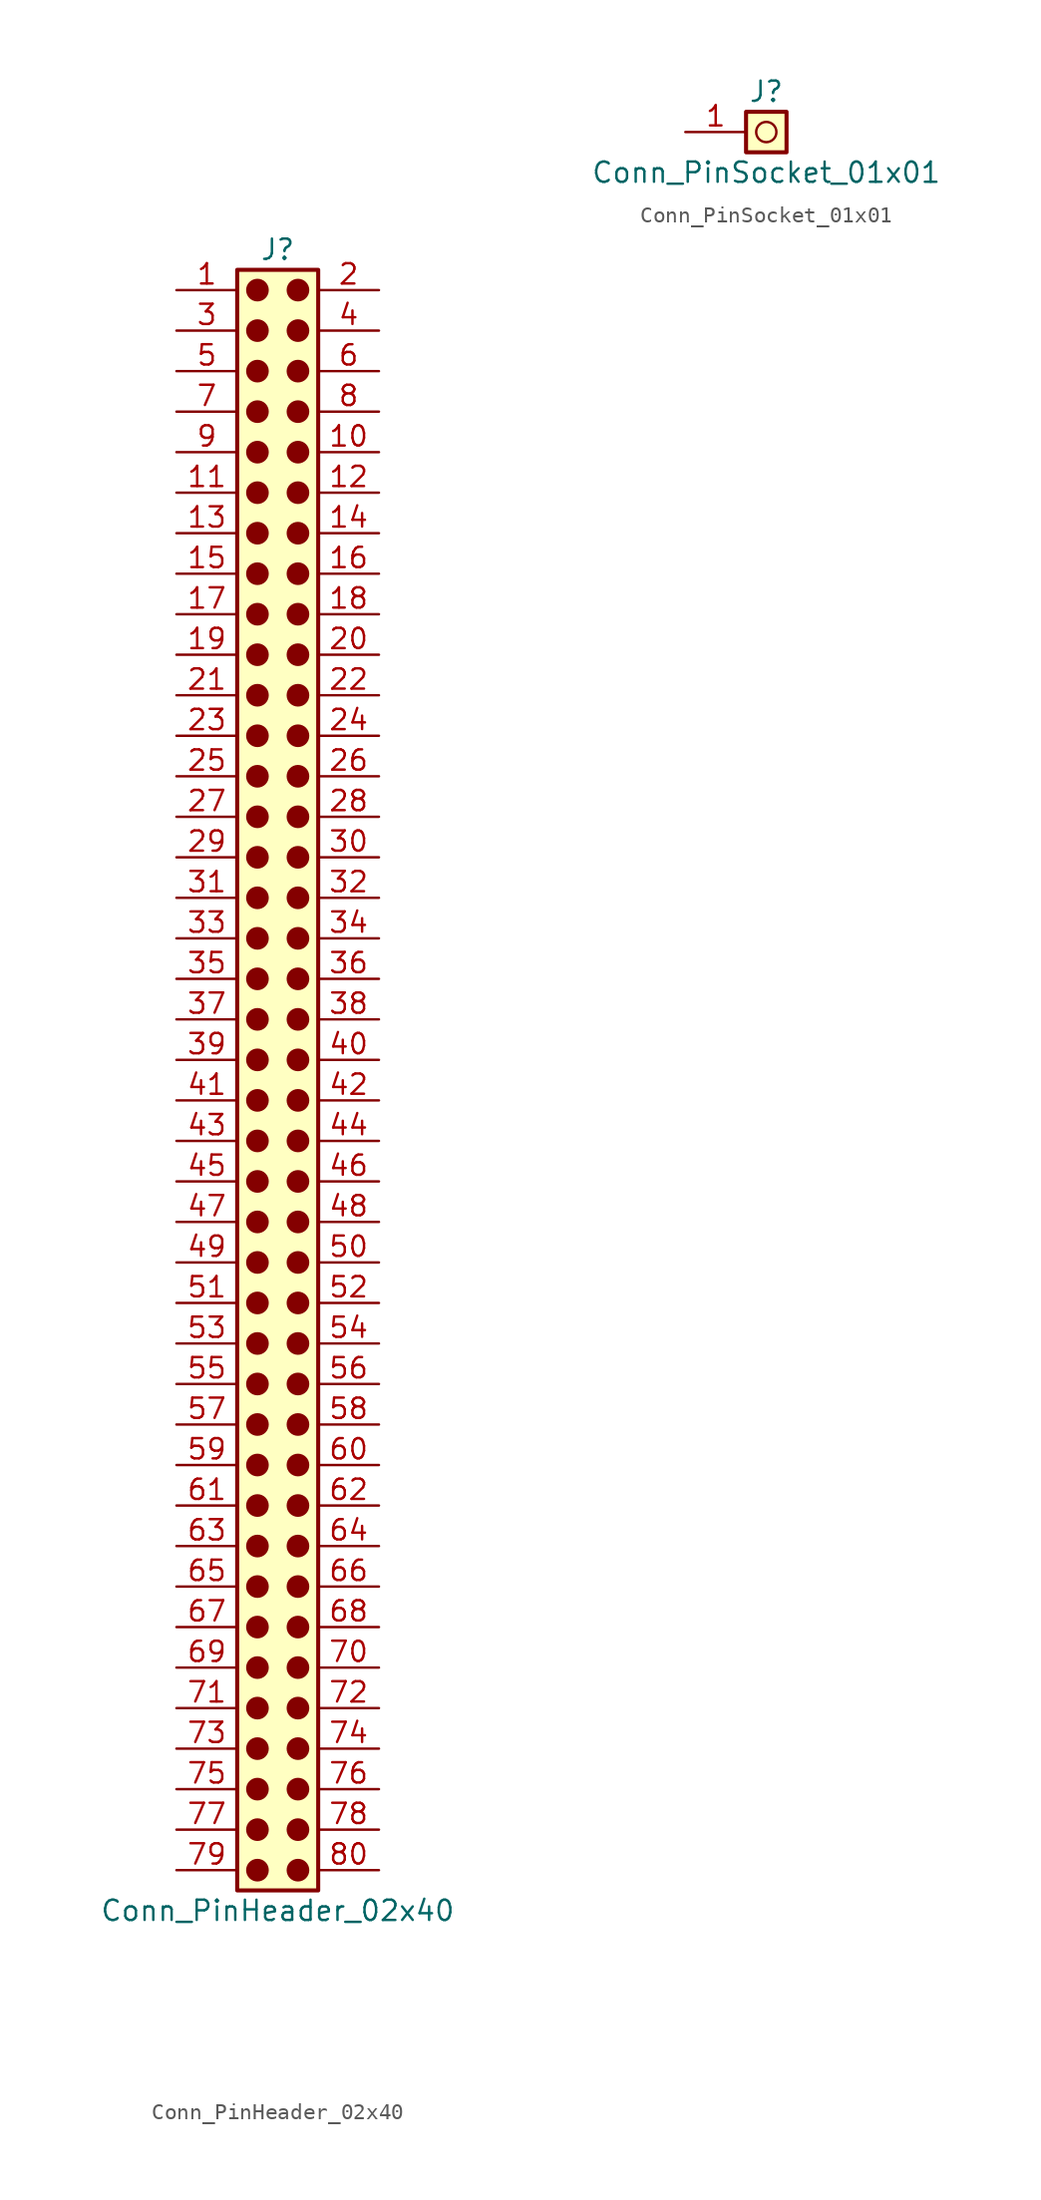
<source format=kicad_sym>
(kicad_symbol_lib
  (version 20241209)
  (generator "kicad_symbol_editor")
  (generator_version "9.0")
  (symbol "Conn_PinHeader_02x40"
    (pin_names
      (offset 1.016)
      (hide yes))
    (property "Reference" "J"
      (at 1.27 50.8 0)
      (effects (font (size 1.27 1.27))))
    (property "Value" "Conn_PinHeader_02x40"
      (at 1.27 -53.34 0)
      (effects (font (size 1.27 1.27))))
    (symbol "Conn_PinHeader_02x40_1_1"
      (rectangle (start -1.27 49.53) (end 3.81 -52.07) (stroke (width 0.254) (type default)) (fill (type background)))
      (circle (center 0 48.26) (radius 0.635) (stroke (width 0) (type solid) (color 132 0 0 1)) (fill (type outline)))
      (circle (center 0 45.72) (radius 0.635) (stroke (width 0) (type solid) (color 132 0 0 1)) (fill (type outline)))
      (circle (center 0 43.18) (radius 0.635) (stroke (width 0) (type solid) (color 132 0 0 1)) (fill (type outline)))
      (circle (center 0 40.64) (radius 0.635) (stroke (width 0) (type solid) (color 132 0 0 1)) (fill (type outline)))
      (circle (center 0 38.1) (radius 0.635) (stroke (width 0) (type solid) (color 132 0 0 1)) (fill (type outline)))
      (circle (center 0 35.56) (radius 0.635) (stroke (width 0) (type solid) (color 132 0 0 1)) (fill (type outline)))
      (circle (center 0 33.02) (radius 0.635) (stroke (width 0) (type solid) (color 132 0 0 1)) (fill (type outline)))
      (circle (center 0 30.48) (radius 0.635) (stroke (width 0) (type solid) (color 132 0 0 1)) (fill (type outline)))
      (circle (center 0 27.94) (radius 0.635) (stroke (width 0) (type solid) (color 132 0 0 1)) (fill (type outline)))
      (circle (center 0 25.4) (radius 0.635) (stroke (width 0) (type solid) (color 132 0 0 1)) (fill (type outline)))
      (circle (center 0 22.86) (radius 0.635) (stroke (width 0) (type solid) (color 132 0 0 1)) (fill (type outline)))
      (circle (center 0 20.32) (radius 0.635) (stroke (width 0) (type solid) (color 132 0 0 1)) (fill (type outline)))
      (circle (center 0 17.78) (radius 0.635) (stroke (width 0) (type solid) (color 132 0 0 1)) (fill (type outline)))
      (circle (center 0 15.24) (radius 0.635) (stroke (width 0) (type solid) (color 132 0 0 1)) (fill (type outline)))
      (circle (center 0 12.7) (radius 0.635) (stroke (width 0) (type solid) (color 132 0 0 1)) (fill (type outline)))
      (circle (center 0 10.16) (radius 0.635) (stroke (width 0) (type solid) (color 132 0 0 1)) (fill (type outline)))
      (circle (center 0 7.62) (radius 0.635) (stroke (width 0) (type solid) (color 132 0 0 1)) (fill (type outline)))
      (circle (center 0 5.08) (radius 0.635) (stroke (width 0) (type solid) (color 132 0 0 1)) (fill (type outline)))
      (circle (center 0 2.54) (radius 0.635) (stroke (width 0) (type solid) (color 132 0 0 1)) (fill (type outline)))
      (circle (center 0 0) (radius 0.635) (stroke (width 0) (type solid) (color 132 0 0 1)) (fill (type outline)))
      (circle (center 0 -2.54) (radius 0.635) (stroke (width 0) (type solid) (color 132 0 0 1)) (fill (type outline)))
      (circle (center 0 -5.08) (radius 0.635) (stroke (width 0) (type solid) (color 132 0 0 1)) (fill (type outline)))
      (circle (center 0 -7.62) (radius 0.635) (stroke (width 0) (type solid) (color 132 0 0 1)) (fill (type outline)))
      (circle (center 0 -10.16) (radius 0.635) (stroke (width 0) (type solid) (color 132 0 0 1)) (fill (type outline)))
      (circle (center 0 -12.7) (radius 0.635) (stroke (width 0) (type solid) (color 132 0 0 1)) (fill (type outline)))
      (circle (center 0 -15.24) (radius 0.635) (stroke (width 0) (type solid) (color 132 0 0 1)) (fill (type outline)))
      (circle (center 0 -17.78) (radius 0.635) (stroke (width 0) (type solid) (color 132 0 0 1)) (fill (type outline)))
      (circle (center 0 -20.32) (radius 0.635) (stroke (width 0) (type solid) (color 132 0 0 1)) (fill (type outline)))
      (circle (center 0 -22.86) (radius 0.635) (stroke (width 0) (type solid) (color 132 0 0 1)) (fill (type outline)))
      (circle (center 0 -25.4) (radius 0.635) (stroke (width 0) (type solid) (color 132 0 0 1)) (fill (type outline)))
      (circle (center 0 -27.94) (radius 0.635) (stroke (width 0) (type solid) (color 132 0 0 1)) (fill (type outline)))
      (circle (center 0 -30.48) (radius 0.635) (stroke (width 0) (type solid) (color 132 0 0 1)) (fill (type outline)))
      (circle (center 0 -33.02) (radius 0.635) (stroke (width 0) (type solid) (color 132 0 0 1)) (fill (type outline)))
      (circle (center 0 -35.56) (radius 0.635) (stroke (width 0) (type solid) (color 132 0 0 1)) (fill (type outline)))
      (circle (center 0 -38.1) (radius 0.635) (stroke (width 0) (type solid) (color 132 0 0 1)) (fill (type outline)))
      (circle (center 0 -40.64) (radius 0.635) (stroke (width 0) (type solid) (color 132 0 0 1)) (fill (type outline)))
      (circle (center 0 -43.18) (radius 0.635) (stroke (width 0) (type solid) (color 132 0 0 1)) (fill (type outline)))
      (circle (center 0 -45.72) (radius 0.635) (stroke (width 0) (type solid) (color 132 0 0 1)) (fill (type outline)))
      (circle (center 0 -48.26) (radius 0.635) (stroke (width 0) (type solid) (color 132 0 0 1)) (fill (type outline)))
      (circle (center 0 -50.8) (radius 0.635) (stroke (width 0) (type solid) (color 132 0 0 1)) (fill (type outline)))
      (circle (center 2.54 48.26) (radius 0.635) (stroke (width 0) (type solid) (color 132 0 0 1)) (fill (type outline)))
      (circle (center 2.54 45.72) (radius 0.635) (stroke (width 0) (type solid) (color 132 0 0 1)) (fill (type outline)))
      (circle (center 2.54 43.18) (radius 0.635) (stroke (width 0) (type solid) (color 132 0 0 1)) (fill (type outline)))
      (circle (center 2.54 40.64) (radius 0.635) (stroke (width 0) (type solid) (color 132 0 0 1)) (fill (type outline)))
      (circle (center 2.54 38.1) (radius 0.635) (stroke (width 0) (type solid) (color 132 0 0 1)) (fill (type outline)))
      (circle (center 2.54 35.56) (radius 0.635) (stroke (width 0) (type solid) (color 132 0 0 1)) (fill (type outline)))
      (circle (center 2.54 33.02) (radius 0.635) (stroke (width 0) (type solid) (color 132 0 0 1)) (fill (type outline)))
      (circle (center 2.54 30.48) (radius 0.635) (stroke (width 0) (type solid) (color 132 0 0 1)) (fill (type outline)))
      (circle (center 2.54 27.94) (radius 0.635) (stroke (width 0) (type solid) (color 132 0 0 1)) (fill (type outline)))
      (circle (center 2.54 25.4) (radius 0.635) (stroke (width 0) (type solid) (color 132 0 0 1)) (fill (type outline)))
      (circle (center 2.54 22.86) (radius 0.635) (stroke (width 0) (type solid) (color 132 0 0 1)) (fill (type outline)))
      (circle (center 2.54 20.32) (radius 0.635) (stroke (width 0) (type solid) (color 132 0 0 1)) (fill (type outline)))
      (circle (center 2.54 17.78) (radius 0.635) (stroke (width 0) (type solid) (color 132 0 0 1)) (fill (type outline)))
      (circle (center 2.54 15.24) (radius 0.635) (stroke (width 0) (type solid) (color 132 0 0 1)) (fill (type outline)))
      (circle (center 2.54 12.7) (radius 0.635) (stroke (width 0) (type solid) (color 132 0 0 1)) (fill (type outline)))
      (circle (center 2.54 10.16) (radius 0.635) (stroke (width 0) (type solid) (color 132 0 0 1)) (fill (type outline)))
      (circle (center 2.54 7.62) (radius 0.635) (stroke (width 0) (type solid) (color 132 0 0 1)) (fill (type outline)))
      (circle (center 2.54 5.08) (radius 0.635) (stroke (width 0) (type solid) (color 132 0 0 1)) (fill (type outline)))
      (circle (center 2.54 2.54) (radius 0.635) (stroke (width 0) (type solid) (color 132 0 0 1)) (fill (type outline)))
      (circle (center 2.54 0) (radius 0.635) (stroke (width 0) (type solid) (color 132 0 0 1)) (fill (type outline)))
      (circle (center 2.54 -2.54) (radius 0.635) (stroke (width 0) (type solid) (color 132 0 0 1)) (fill (type outline)))
      (circle (center 2.54 -5.08) (radius 0.635) (stroke (width 0) (type solid) (color 132 0 0 1)) (fill (type outline)))
      (circle (center 2.54 -7.62) (radius 0.635) (stroke (width 0) (type solid) (color 132 0 0 1)) (fill (type outline)))
      (circle (center 2.54 -10.16) (radius 0.635) (stroke (width 0) (type solid) (color 132 0 0 1)) (fill (type outline)))
      (circle (center 2.54 -12.7) (radius 0.635) (stroke (width 0) (type solid) (color 132 0 0 1)) (fill (type outline)))
      (circle (center 2.54 -15.24) (radius 0.635) (stroke (width 0) (type solid) (color 132 0 0 1)) (fill (type outline)))
      (circle (center 2.54 -17.78) (radius 0.635) (stroke (width 0) (type solid) (color 132 0 0 1)) (fill (type outline)))
      (circle (center 2.54 -20.32) (radius 0.635) (stroke (width 0) (type solid) (color 132 0 0 1)) (fill (type outline)))
      (circle (center 2.54 -22.86) (radius 0.635) (stroke (width 0) (type solid) (color 132 0 0 1)) (fill (type outline)))
      (circle (center 2.54 -25.4) (radius 0.635) (stroke (width 0) (type solid) (color 132 0 0 1)) (fill (type outline)))
      (circle (center 2.54 -27.94) (radius 0.635) (stroke (width 0) (type solid) (color 132 0 0 1)) (fill (type outline)))
      (circle (center 2.54 -30.48) (radius 0.635) (stroke (width 0) (type solid) (color 132 0 0 1)) (fill (type outline)))
      (circle (center 2.54 -33.02) (radius 0.635) (stroke (width 0) (type solid) (color 132 0 0 1)) (fill (type outline)))
      (circle (center 2.54 -35.56) (radius 0.635) (stroke (width 0) (type solid) (color 132 0 0 1)) (fill (type outline)))
      (circle (center 2.54 -38.1) (radius 0.635) (stroke (width 0) (type solid) (color 132 0 0 1)) (fill (type outline)))
      (circle (center 2.54 -40.64) (radius 0.635) (stroke (width 0) (type solid) (color 132 0 0 1)) (fill (type outline)))
      (circle (center 2.54 -43.18) (radius 0.635) (stroke (width 0) (type solid) (color 132 0 0 1)) (fill (type outline)))
      (circle (center 2.54 -45.72) (radius 0.635) (stroke (width 0) (type solid) (color 132 0 0 1)) (fill (type outline)))
      (circle (center 2.54 -48.26) (radius 0.635) (stroke (width 0) (type solid) (color 132 0 0 1)) (fill (type outline)))
      (circle (center 2.54 -50.8) (radius 0.635) (stroke (width 0) (type solid) (color 132 0 0 1)) (fill (type outline)))
      (pin passive line (at -5.08 48.26 0) (length 3.81) (name "Pin_1" (effects (font (size 1.27 1.27)))) (number "1" (effects (font (size 1.27 1.27)))))
      (pin passive line (at -5.08 45.72 0) (length 3.81) (name "Pin_3" (effects (font (size 1.27 1.27)))) (number "3" (effects (font (size 1.27 1.27)))))
      (pin passive line (at -5.08 43.18 0) (length 3.81) (name "Pin_5" (effects (font (size 1.27 1.27)))) (number "5" (effects (font (size 1.27 1.27)))))
      (pin passive line (at -5.08 40.64 0) (length 3.81) (name "Pin_7" (effects (font (size 1.27 1.27)))) (number "7" (effects (font (size 1.27 1.27)))))
      (pin passive line (at -5.08 38.1 0) (length 3.81) (name "Pin_9" (effects (font (size 1.27 1.27)))) (number "9" (effects (font (size 1.27 1.27)))))
      (pin passive line (at -5.08 35.56 0) (length 3.81) (name "Pin_11" (effects (font (size 1.27 1.27)))) (number "11" (effects (font (size 1.27 1.27)))))
      (pin passive line (at -5.08 33.02 0) (length 3.81) (name "Pin_13" (effects (font (size 1.27 1.27)))) (number "13" (effects (font (size 1.27 1.27)))))
      (pin passive line (at -5.08 30.48 0) (length 3.81) (name "Pin_15" (effects (font (size 1.27 1.27)))) (number "15" (effects (font (size 1.27 1.27)))))
      (pin passive line (at -5.08 27.94 0) (length 3.81) (name "Pin_17" (effects (font (size 1.27 1.27)))) (number "17" (effects (font (size 1.27 1.27)))))
      (pin passive line (at -5.08 25.4 0) (length 3.81) (name "Pin_19" (effects (font (size 1.27 1.27)))) (number "19" (effects (font (size 1.27 1.27)))))
      (pin passive line (at -5.08 22.86 0) (length 3.81) (name "Pin_21" (effects (font (size 1.27 1.27)))) (number "21" (effects (font (size 1.27 1.27)))))
      (pin passive line (at -5.08 20.32 0) (length 3.81) (name "Pin_23" (effects (font (size 1.27 1.27)))) (number "23" (effects (font (size 1.27 1.27)))))
      (pin passive line (at -5.08 17.78 0) (length 3.81) (name "Pin_25" (effects (font (size 1.27 1.27)))) (number "25" (effects (font (size 1.27 1.27)))))
      (pin passive line (at -5.08 15.24 0) (length 3.81) (name "Pin_27" (effects (font (size 1.27 1.27)))) (number "27" (effects (font (size 1.27 1.27)))))
      (pin passive line (at -5.08 12.7 0) (length 3.81) (name "Pin_29" (effects (font (size 1.27 1.27)))) (number "29" (effects (font (size 1.27 1.27)))))
      (pin passive line (at -5.08 10.16 0) (length 3.81) (name "Pin_31" (effects (font (size 1.27 1.27)))) (number "31" (effects (font (size 1.27 1.27)))))
      (pin passive line (at -5.08 7.62 0) (length 3.81) (name "Pin_33" (effects (font (size 1.27 1.27)))) (number "33" (effects (font (size 1.27 1.27)))))
      (pin passive line (at -5.08 5.08 0) (length 3.81) (name "Pin_35" (effects (font (size 1.27 1.27)))) (number "35" (effects (font (size 1.27 1.27)))))
      (pin passive line (at -5.08 2.54 0) (length 3.81) (name "Pin_37" (effects (font (size 1.27 1.27)))) (number "37" (effects (font (size 1.27 1.27)))))
      (pin passive line (at -5.08 0 0) (length 3.81) (name "Pin_39" (effects (font (size 1.27 1.27)))) (number "39" (effects (font (size 1.27 1.27)))))
      (pin passive line (at -5.08 -2.54 0) (length 3.81) (name "Pin_41" (effects (font (size 1.27 1.27)))) (number "41" (effects (font (size 1.27 1.27)))))
      (pin passive line (at -5.08 -5.08 0) (length 3.81) (name "Pin_43" (effects (font (size 1.27 1.27)))) (number "43" (effects (font (size 1.27 1.27)))))
      (pin passive line (at -5.08 -7.62 0) (length 3.81) (name "Pin_45" (effects (font (size 1.27 1.27)))) (number "45" (effects (font (size 1.27 1.27)))))
      (pin passive line (at -5.08 -10.16 0) (length 3.81) (name "Pin_47" (effects (font (size 1.27 1.27)))) (number "47" (effects (font (size 1.27 1.27)))))
      (pin passive line (at -5.08 -12.7 0) (length 3.81) (name "Pin_49" (effects (font (size 1.27 1.27)))) (number "49" (effects (font (size 1.27 1.27)))))
      (pin passive line (at -5.08 -15.24 0) (length 3.81) (name "Pin_51" (effects (font (size 1.27 1.27)))) (number "51" (effects (font (size 1.27 1.27)))))
      (pin passive line (at -5.08 -17.78 0) (length 3.81) (name "Pin_53" (effects (font (size 1.27 1.27)))) (number "53" (effects (font (size 1.27 1.27)))))
      (pin passive line (at -5.08 -20.32 0) (length 3.81) (name "Pin_55" (effects (font (size 1.27 1.27)))) (number "55" (effects (font (size 1.27 1.27)))))
      (pin passive line (at -5.08 -22.86 0) (length 3.81) (name "Pin_57" (effects (font (size 1.27 1.27)))) (number "57" (effects (font (size 1.27 1.27)))))
      (pin passive line (at -5.08 -25.4 0) (length 3.81) (name "Pin_59" (effects (font (size 1.27 1.27)))) (number "59" (effects (font (size 1.27 1.27)))))
      (pin passive line (at -5.08 -27.94 0) (length 3.81) (name "Pin_61" (effects (font (size 1.27 1.27)))) (number "61" (effects (font (size 1.27 1.27)))))
      (pin passive line (at -5.08 -30.48 0) (length 3.81) (name "Pin_63" (effects (font (size 1.27 1.27)))) (number "63" (effects (font (size 1.27 1.27)))))
      (pin passive line (at -5.08 -33.02 0) (length 3.81) (name "Pin_65" (effects (font (size 1.27 1.27)))) (number "65" (effects (font (size 1.27 1.27)))))
      (pin passive line (at -5.08 -35.56 0) (length 3.81) (name "Pin_67" (effects (font (size 1.27 1.27)))) (number "67" (effects (font (size 1.27 1.27)))))
      (pin passive line (at -5.08 -38.1 0) (length 3.81) (name "Pin_69" (effects (font (size 1.27 1.27)))) (number "69" (effects (font (size 1.27 1.27)))))
      (pin passive line (at -5.08 -40.64 0) (length 3.81) (name "Pin_71" (effects (font (size 1.27 1.27)))) (number "71" (effects (font (size 1.27 1.27)))))
      (pin passive line (at -5.08 -43.18 0) (length 3.81) (name "Pin_73" (effects (font (size 1.27 1.27)))) (number "73" (effects (font (size 1.27 1.27)))))
      (pin passive line (at -5.08 -45.72 0) (length 3.81) (name "Pin_75" (effects (font (size 1.27 1.27)))) (number "75" (effects (font (size 1.27 1.27)))))
      (pin passive line (at -5.08 -48.26 0) (length 3.81) (name "Pin_77" (effects (font (size 1.27 1.27)))) (number "77" (effects (font (size 1.27 1.27)))))
      (pin passive line (at -5.08 -50.8 0) (length 3.81) (name "Pin_79" (effects (font (size 1.27 1.27)))) (number "79" (effects (font (size 1.27 1.27)))))
      (pin passive line (at 7.62 48.26 180) (length 3.81) (name "Pin_2" (effects (font (size 1.27 1.27)))) (number "2" (effects (font (size 1.27 1.27)))))
      (pin passive line (at 7.62 45.72 180) (length 3.81) (name "Pin_4" (effects (font (size 1.27 1.27)))) (number "4" (effects (font (size 1.27 1.27)))))
      (pin passive line (at 7.62 43.18 180) (length 3.81) (name "Pin_6" (effects (font (size 1.27 1.27)))) (number "6" (effects (font (size 1.27 1.27)))))
      (pin passive line (at 7.62 40.64 180) (length 3.81) (name "Pin_8" (effects (font (size 1.27 1.27)))) (number "8" (effects (font (size 1.27 1.27)))))
      (pin passive line (at 7.62 38.1 180) (length 3.81) (name "Pin_10" (effects (font (size 1.27 1.27)))) (number "10" (effects (font (size 1.27 1.27)))))
      (pin passive line (at 7.62 35.56 180) (length 3.81) (name "Pin_12" (effects (font (size 1.27 1.27)))) (number "12" (effects (font (size 1.27 1.27)))))
      (pin passive line (at 7.62 33.02 180) (length 3.81) (name "Pin_14" (effects (font (size 1.27 1.27)))) (number "14" (effects (font (size 1.27 1.27)))))
      (pin passive line (at 7.62 30.48 180) (length 3.81) (name "Pin_16" (effects (font (size 1.27 1.27)))) (number "16" (effects (font (size 1.27 1.27)))))
      (pin passive line (at 7.62 27.94 180) (length 3.81) (name "Pin_18" (effects (font (size 1.27 1.27)))) (number "18" (effects (font (size 1.27 1.27)))))
      (pin passive line (at 7.62 25.4 180) (length 3.81) (name "Pin_20" (effects (font (size 1.27 1.27)))) (number "20" (effects (font (size 1.27 1.27)))))
      (pin passive line (at 7.62 22.86 180) (length 3.81) (name "Pin_22" (effects (font (size 1.27 1.27)))) (number "22" (effects (font (size 1.27 1.27)))))
      (pin passive line (at 7.62 20.32 180) (length 3.81) (name "Pin_24" (effects (font (size 1.27 1.27)))) (number "24" (effects (font (size 1.27 1.27)))))
      (pin passive line (at 7.62 17.78 180) (length 3.81) (name "Pin_26" (effects (font (size 1.27 1.27)))) (number "26" (effects (font (size 1.27 1.27)))))
      (pin passive line (at 7.62 15.24 180) (length 3.81) (name "Pin_28" (effects (font (size 1.27 1.27)))) (number "28" (effects (font (size 1.27 1.27)))))
      (pin passive line (at 7.62 12.7 180) (length 3.81) (name "Pin_30" (effects (font (size 1.27 1.27)))) (number "30" (effects (font (size 1.27 1.27)))))
      (pin passive line (at 7.62 10.16 180) (length 3.81) (name "Pin_32" (effects (font (size 1.27 1.27)))) (number "32" (effects (font (size 1.27 1.27)))))
      (pin passive line (at 7.62 7.62 180) (length 3.81) (name "Pin_34" (effects (font (size 1.27 1.27)))) (number "34" (effects (font (size 1.27 1.27)))))
      (pin passive line (at 7.62 5.08 180) (length 3.81) (name "Pin_36" (effects (font (size 1.27 1.27)))) (number "36" (effects (font (size 1.27 1.27)))))
      (pin passive line (at 7.62 2.54 180) (length 3.81) (name "Pin_38" (effects (font (size 1.27 1.27)))) (number "38" (effects (font (size 1.27 1.27)))))
      (pin passive line (at 7.62 0 180) (length 3.81) (name "Pin_40" (effects (font (size 1.27 1.27)))) (number "40" (effects (font (size 1.27 1.27)))))
      (pin passive line (at 7.62 -2.54 180) (length 3.81) (name "Pin_42" (effects (font (size 1.27 1.27)))) (number "42" (effects (font (size 1.27 1.27)))))
      (pin passive line (at 7.62 -5.08 180) (length 3.81) (name "Pin_44" (effects (font (size 1.27 1.27)))) (number "44" (effects (font (size 1.27 1.27)))))
      (pin passive line (at 7.62 -7.62 180) (length 3.81) (name "Pin_46" (effects (font (size 1.27 1.27)))) (number "46" (effects (font (size 1.27 1.27)))))
      (pin passive line (at 7.62 -10.16 180) (length 3.81) (name "Pin_48" (effects (font (size 1.27 1.27)))) (number "48" (effects (font (size 1.27 1.27)))))
      (pin passive line (at 7.62 -12.7 180) (length 3.81) (name "Pin_50" (effects (font (size 1.27 1.27)))) (number "50" (effects (font (size 1.27 1.27)))))
      (pin passive line (at 7.62 -15.24 180) (length 3.81) (name "Pin_52" (effects (font (size 1.27 1.27)))) (number "52" (effects (font (size 1.27 1.27)))))
      (pin passive line (at 7.62 -17.78 180) (length 3.81) (name "Pin_54" (effects (font (size 1.27 1.27)))) (number "54" (effects (font (size 1.27 1.27)))))
      (pin passive line (at 7.62 -20.32 180) (length 3.81) (name "Pin_56" (effects (font (size 1.27 1.27)))) (number "56" (effects (font (size 1.27 1.27)))))
      (pin passive line (at 7.62 -22.86 180) (length 3.81) (name "Pin_58" (effects (font (size 1.27 1.27)))) (number "58" (effects (font (size 1.27 1.27)))))
      (pin passive line (at 7.62 -25.4 180) (length 3.81) (name "Pin_60" (effects (font (size 1.27 1.27)))) (number "60" (effects (font (size 1.27 1.27)))))
      (pin passive line (at 7.62 -27.94 180) (length 3.81) (name "Pin_62" (effects (font (size 1.27 1.27)))) (number "62" (effects (font (size 1.27 1.27)))))
      (pin passive line (at 7.62 -30.48 180) (length 3.81) (name "Pin_64" (effects (font (size 1.27 1.27)))) (number "64" (effects (font (size 1.27 1.27)))))
      (pin passive line (at 7.62 -33.02 180) (length 3.81) (name "Pin_66" (effects (font (size 1.27 1.27)))) (number "66" (effects (font (size 1.27 1.27)))))
      (pin passive line (at 7.62 -35.56 180) (length 3.81) (name "Pin_68" (effects (font (size 1.27 1.27)))) (number "68" (effects (font (size 1.27 1.27)))))
      (pin passive line (at 7.62 -38.1 180) (length 3.81) (name "Pin_70" (effects (font (size 1.27 1.27)))) (number "70" (effects (font (size 1.27 1.27)))))
      (pin passive line (at 7.62 -40.64 180) (length 3.81) (name "Pin_72" (effects (font (size 1.27 1.27)))) (number "72" (effects (font (size 1.27 1.27)))))
      (pin passive line (at 7.62 -43.18 180) (length 3.81) (name "Pin_74" (effects (font (size 1.27 1.27)))) (number "74" (effects (font (size 1.27 1.27)))))
      (pin passive line (at 7.62 -45.72 180) (length 3.81) (name "Pin_76" (effects (font (size 1.27 1.27)))) (number "76" (effects (font (size 1.27 1.27)))))
      (pin passive line (at 7.62 -48.26 180) (length 3.81) (name "Pin_78" (effects (font (size 1.27 1.27)))) (number "78" (effects (font (size 1.27 1.27)))))
      (pin passive line (at 7.62 -50.8 180) (length 3.81) (name "Pin_80" (effects (font (size 1.27 1.27)))) (number "80" (effects (font (size 1.27 1.27)))))))
  (symbol "Conn_PinSocket_01x01"
    (pin_names
      (offset 1.016)
      (hide yes))
    (property "Reference" "J"
      (at 0 2.54 0)
      (effects (font (size 1.27 1.27))))
    (property "Value" "Conn_PinSocket_01x01"
      (at 0 -2.54 0)
      (effects (font (size 1.27 1.27))))
    (symbol "Conn_PinSocket_01x01_1_1"
      (rectangle (start -1.27 1.27) (end 1.27 -1.27) (stroke (width 0.254) (type default)) (fill (type background)))
      (circle (center 0 0) (radius 0.635) (stroke (width 0) (type solid) (color 132 0 0 1)) (fill (type none)))
      (pin passive line (at -5.08 0 0) (length 3.81) (name "Pin_1" (effects (font (size 1.27 1.27)))) (number "1" (effects (font (size 1.27 1.27))))))))
</source>
